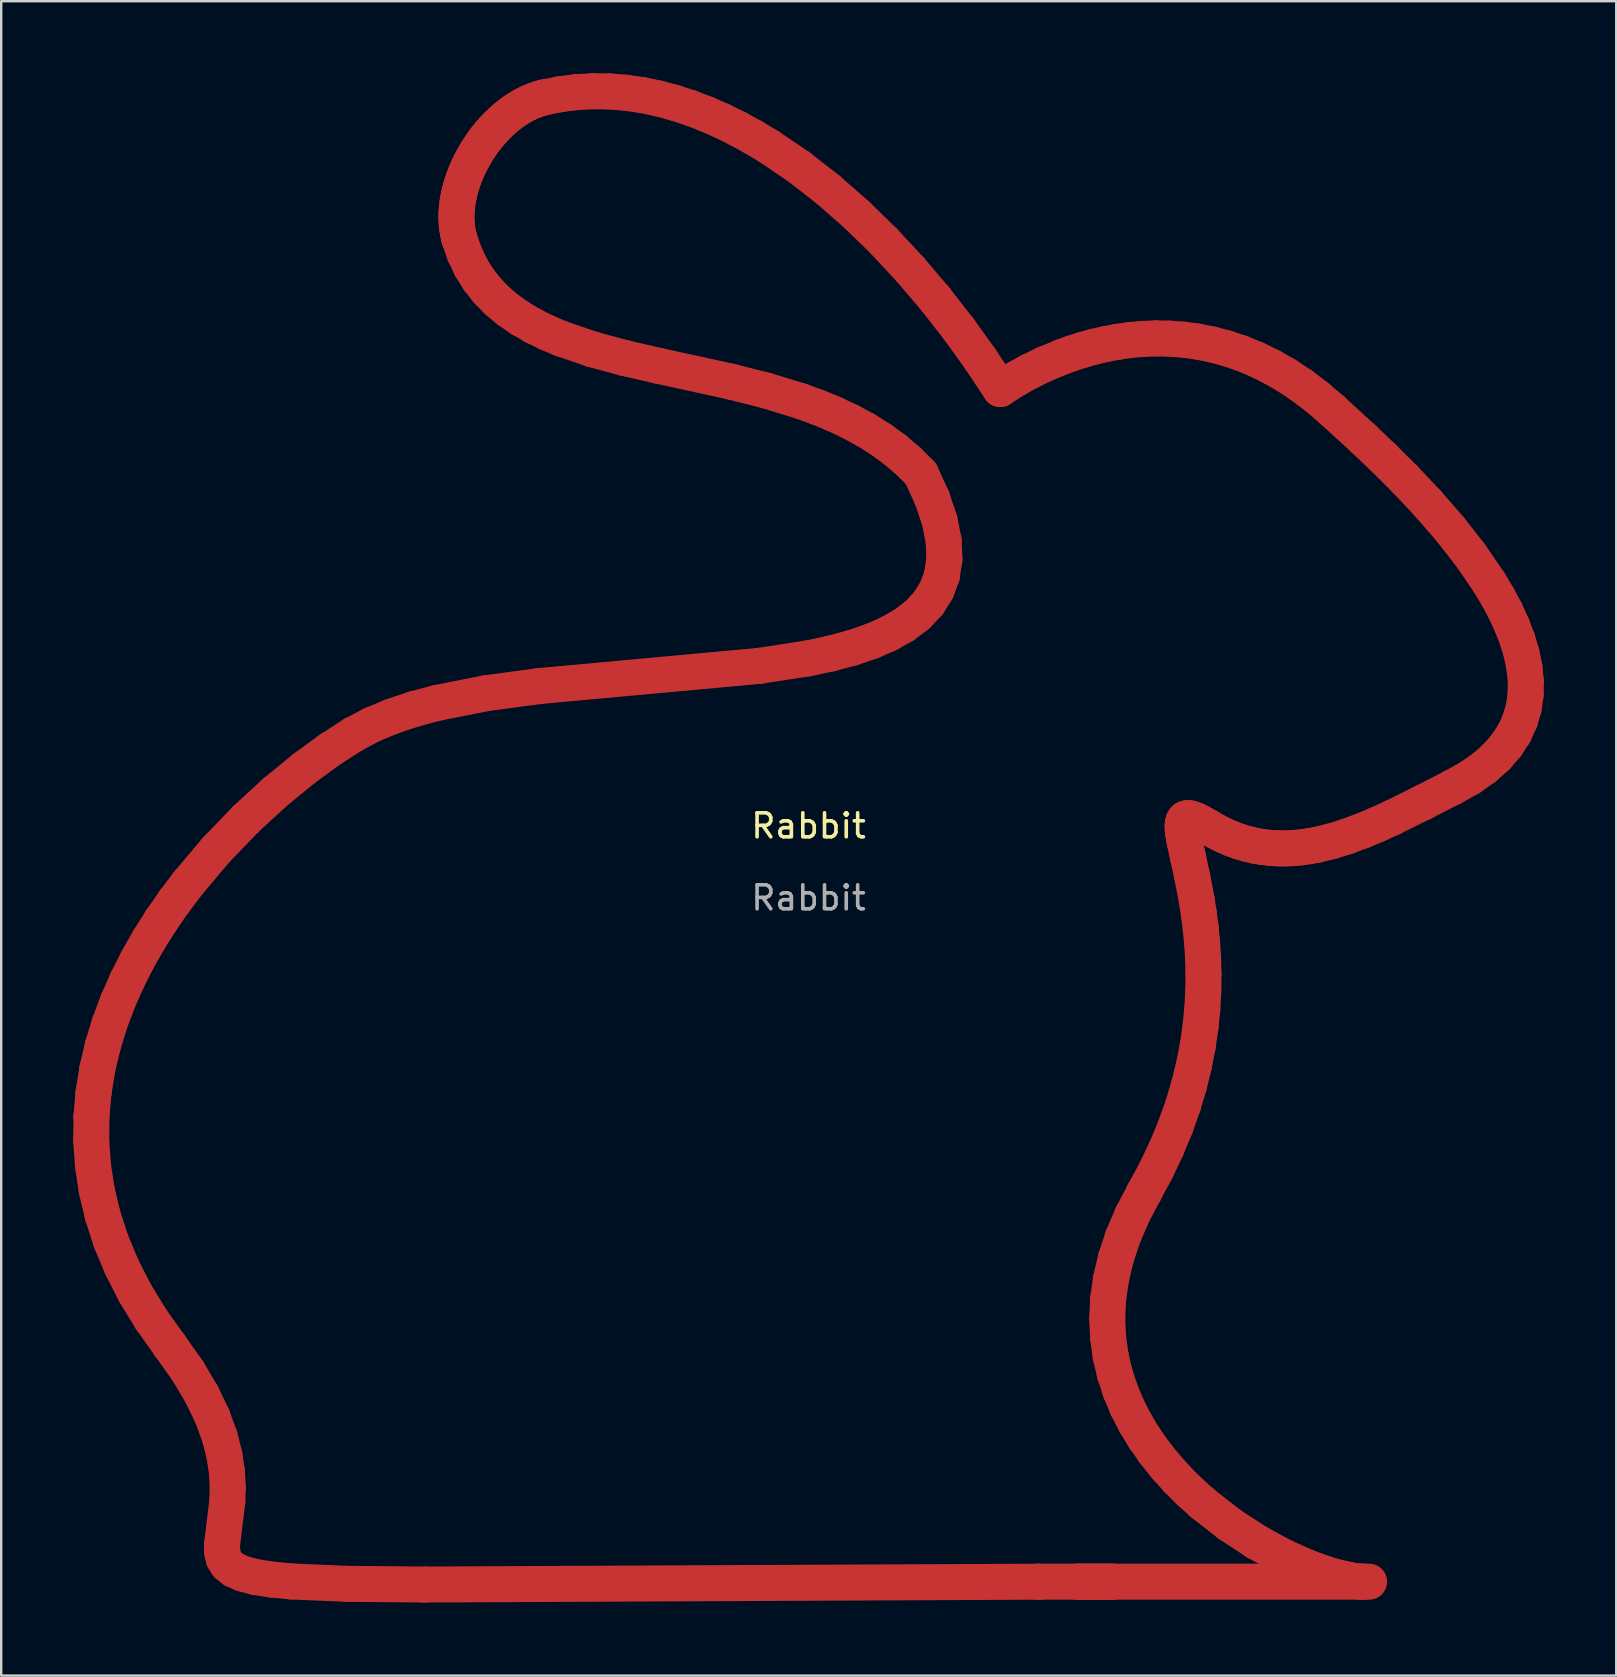
<source format=kicad_pcb>
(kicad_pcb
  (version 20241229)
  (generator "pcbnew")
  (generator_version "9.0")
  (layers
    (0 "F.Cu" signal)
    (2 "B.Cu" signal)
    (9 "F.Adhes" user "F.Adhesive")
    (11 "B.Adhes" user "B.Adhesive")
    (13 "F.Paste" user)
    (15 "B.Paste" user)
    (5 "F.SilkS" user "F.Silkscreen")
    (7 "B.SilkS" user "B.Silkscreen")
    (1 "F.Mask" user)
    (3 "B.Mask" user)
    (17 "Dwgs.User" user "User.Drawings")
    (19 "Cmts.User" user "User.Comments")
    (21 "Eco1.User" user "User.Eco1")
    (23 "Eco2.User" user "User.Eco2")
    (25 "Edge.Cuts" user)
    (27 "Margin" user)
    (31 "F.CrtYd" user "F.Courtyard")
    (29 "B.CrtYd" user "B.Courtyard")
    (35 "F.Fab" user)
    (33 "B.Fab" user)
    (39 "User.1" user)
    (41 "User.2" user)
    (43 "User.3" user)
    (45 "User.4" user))
  (footprint "Rabbit"
    (layer "F.Cu")
    (at 30.631 31.854)
    (property "Reference" "Rabbit" (at 0 -0.5 0) (unlocked yes) (layer "F.SilkS") (effects (font (size 1 1) (thickness 0.15))))
    (attr smd)
    (fp_line (start -29.881 12.608) (end -29.81 13.634) (stroke (width 1.5) (type solid)) (layer "F.Cu"))
    (fp_line (start -29.871 11.597) (end -29.881 12.608) (stroke (width 1.5) (type solid)) (layer "F.Cu"))
    (fp_line (start -29.81 13.634) (end -29.653 14.674) (stroke (width 1.5) (type solid)) (layer "F.Cu"))
    (fp_line (start -29.784 10.604) (end -29.871 11.597) (stroke (width 1.5) (type solid)) (layer "F.Cu"))
    (fp_line (start -29.653 14.674) (end -29.404 15.728) (stroke (width 1.5) (type solid)) (layer "F.Cu"))
    (fp_line (start -29.626 9.629) (end -29.784 10.604) (stroke (width 1.5) (type solid)) (layer "F.Cu"))
    (fp_line (start -29.404 15.728) (end -29.059 16.794) (stroke (width 1.5) (type solid)) (layer "F.Cu"))
    (fp_line (start -29.403 8.673) (end -29.626 9.629) (stroke (width 1.5) (type solid)) (layer "F.Cu"))
    (fp_line (start -29.118 7.739) (end -29.403 8.673) (stroke (width 1.5) (type solid)) (layer "F.Cu"))
    (fp_line (start -29.059 16.794) (end -28.611 17.87) (stroke (width 1.5) (type solid)) (layer "F.Cu"))
    (fp_line (start -28.778 6.827) (end -29.118 7.739) (stroke (width 1.5) (type solid)) (layer "F.Cu"))
    (fp_line (start -28.611 17.87) (end -28.057 18.956) (stroke (width 1.5) (type solid)) (layer "F.Cu"))
    (fp_line (start -28.387 5.938) (end -28.778 6.827) (stroke (width 1.5) (type solid)) (layer "F.Cu"))
    (fp_line (start -28.057 18.956) (end -27.391 20.049) (stroke (width 1.5) (type solid)) (layer "F.Cu"))
    (fp_line (start -27.951 5.074) (end -28.387 5.938) (stroke (width 1.5) (type solid)) (layer "F.Cu"))
    (fp_line (start -27.474 4.237) (end -27.951 5.074) (stroke (width 1.5) (type solid)) (layer "F.Cu"))
    (fp_line (start -27.391 20.049) (end -26.608 21.149) (stroke (width 1.5) (type solid)) (layer "F.Cu"))
    (fp_line (start -26.962 3.426) (end -27.474 4.237) (stroke (width 1.5) (type solid)) (layer "F.Cu"))
    (fp_line (start -26.608 21.149) (end -26.608 21.149) (stroke (width 1.5) (type solid)) (layer "F.Cu"))
    (fp_line (start -26.608 21.149) (end -25.855 22.213) (stroke (width 1.5) (type solid)) (layer "F.Cu"))
    (fp_line (start -26.42 2.645) (end -26.962 3.426) (stroke (width 1.5) (type solid)) (layer "F.Cu"))
    (fp_line (start -25.855 22.213) (end -25.27 23.199) (stroke (width 1.5) (type solid)) (layer "F.Cu"))
    (fp_line (start -25.852 1.893) (end -26.42 2.645) (stroke (width 1.5) (type solid)) (layer "F.Cu"))
    (fp_line (start -25.27 23.199) (end -24.834 24.11) (stroke (width 1.5) (type solid)) (layer "F.Cu"))
    (fp_line (start -24.834 24.11) (end -24.527 24.95) (stroke (width 1.5) (type solid)) (layer "F.Cu"))
    (fp_line (start -24.663 0.486) (end -25.852 1.893) (stroke (width 1.5) (type solid)) (layer "F.Cu"))
    (fp_line (start -24.527 24.95) (end -24.331 25.721) (stroke (width 1.5) (type solid)) (layer "F.Cu"))
    (fp_line (start -24.431 29.432) (end -24.425 29.756) (stroke (width 1.5) (type solid)) (layer "F.Cu"))
    (fp_line (start -24.425 29.756) (end -24.356 30.037) (stroke (width 1.5) (type solid)) (layer "F.Cu"))
    (fp_line (start -24.356 30.037) (end -24.205 30.277) (stroke (width 1.5) (type solid)) (layer "F.Cu"))
    (fp_line (start -24.331 25.721) (end -24.226 26.426) (stroke (width 1.5) (type solid)) (layer "F.Cu"))
    (fp_line (start -24.226 26.426) (end -24.193 27.068) (stroke (width 1.5) (type solid)) (layer "F.Cu"))
    (fp_line (start -24.212 27.65) (end -24.431 29.432) (stroke (width 1.5) (type solid)) (layer "F.Cu"))
    (fp_line (start -24.205 30.277) (end -23.952 30.48) (stroke (width 1.5) (type solid)) (layer "F.Cu"))
    (fp_line (start -24.193 27.068) (end -24.212 27.65) (stroke (width 1.5) (type solid)) (layer "F.Cu"))
    (fp_line (start -23.952 30.48) (end -23.579 30.649) (stroke (width 1.5) (type solid)) (layer "F.Cu"))
    (fp_line (start -23.579 30.649) (end -23.066 30.786) (stroke (width 1.5) (type solid)) (layer "F.Cu"))
    (fp_line (start -23.435 -0.787) (end -24.663 0.486) (stroke (width 1.5) (type solid)) (layer "F.Cu"))
    (fp_line (start -23.066 30.786) (end -22.394 30.894) (stroke (width 1.5) (type solid)) (layer "F.Cu"))
    (fp_line (start -22.394 30.894) (end -21.544 30.976) (stroke (width 1.5) (type solid)) (layer "F.Cu"))
    (fp_line (start -22.209 -1.913) (end -23.435 -0.787) (stroke (width 1.5) (type solid)) (layer "F.Cu"))
    (fp_line (start -21.544 30.976) (end -19.232 31.075) (stroke (width 1.5) (type solid)) (layer "F.Cu"))
    (fp_line (start -21.025 -2.883) (end -22.209 -1.913) (stroke (width 1.5) (type solid)) (layer "F.Cu"))
    (fp_line (start -19.926 -3.686) (end -21.025 -2.883) (stroke (width 1.5) (type solid)) (layer "F.Cu"))
    (fp_line (start -19.232 31.075) (end -15.975 31.104) (stroke (width 1.5) (type solid)) (layer "F.Cu"))
    (fp_line (start -18.951 -4.312) (end -19.926 -3.686) (stroke (width 1.5) (type solid)) (layer "F.Cu"))
    (fp_line (start -18.951 -4.312) (end -18.951 -4.312) (stroke (width 1.5) (type solid)) (layer "F.Cu"))
    (fp_line (start -18.191 -4.712) (end -18.951 -4.312) (stroke (width 1.5) (type solid)) (layer "F.Cu"))
    (fp_line (start -17.355 -5.06) (end -18.191 -4.712) (stroke (width 1.5) (type solid)) (layer "F.Cu"))
    (fp_line (start -16.453 -5.361) (end -17.355 -5.06) (stroke (width 1.5) (type solid)) (layer "F.Cu"))
    (fp_line (start -15.975 31.104) (end 9.57 30.986) (stroke (width 1.5) (type solid)) (layer "F.Cu"))
    (fp_line (start -15.49 -5.62) (end -16.453 -5.361) (stroke (width 1.5) (type solid)) (layer "F.Cu"))
    (fp_line (start -14.667 -25.828) (end -14.658 -25.606) (stroke (width 1.5) (type solid)) (layer "F.Cu"))
    (fp_line (start -14.662 -26.052) (end -14.667 -25.828) (stroke (width 1.5) (type solid)) (layer "F.Cu"))
    (fp_line (start -14.658 -25.606) (end -14.635 -25.388) (stroke (width 1.5) (type solid)) (layer "F.Cu"))
    (fp_line (start -14.645 -26.279) (end -14.662 -26.052) (stroke (width 1.5) (type solid)) (layer "F.Cu"))
    (fp_line (start -14.635 -25.388) (end -14.598 -25.175) (stroke (width 1.5) (type solid)) (layer "F.Cu"))
    (fp_line (start -14.615 -26.507) (end -14.645 -26.279) (stroke (width 1.5) (type solid)) (layer "F.Cu"))
    (fp_line (start -14.598 -25.175) (end -14.547 -24.966) (stroke (width 1.5) (type solid)) (layer "F.Cu"))
    (fp_line (start -14.573 -26.737) (end -14.615 -26.507) (stroke (width 1.5) (type solid)) (layer "F.Cu"))
    (fp_line (start -14.547 -24.966) (end -14.547 -24.966) (stroke (width 1.5) (type solid)) (layer "F.Cu"))
    (fp_line (start -14.547 -24.966) (end -14.332 -24.343) (stroke (width 1.5) (type solid)) (layer "F.Cu"))
    (fp_line (start -14.52 -26.967) (end -14.573 -26.737) (stroke (width 1.5) (type solid)) (layer "F.Cu"))
    (fp_line (start -14.455 -27.196) (end -14.52 -26.967) (stroke (width 1.5) (type solid)) (layer "F.Cu"))
    (fp_line (start -14.38 -27.425) (end -14.455 -27.196) (stroke (width 1.5) (type solid)) (layer "F.Cu"))
    (fp_line (start -14.332 -24.343) (end -14.062 -23.774) (stroke (width 1.5) (type solid)) (layer "F.Cu"))
    (fp_line (start -14.294 -27.652) (end -14.38 -27.425) (stroke (width 1.5) (type solid)) (layer "F.Cu"))
    (fp_line (start -14.198 -27.877) (end -14.294 -27.652) (stroke (width 1.5) (type solid)) (layer "F.Cu"))
    (fp_line (start -14.093 -28.098) (end -14.198 -27.877) (stroke (width 1.5) (type solid)) (layer "F.Cu"))
    (fp_line (start -14.062 -23.774) (end -13.741 -23.257) (stroke (width 1.5) (type solid)) (layer "F.Cu"))
    (fp_line (start -13.978 -28.316) (end -14.093 -28.098) (stroke (width 1.5) (type solid)) (layer "F.Cu"))
    (fp_line (start -13.855 -28.53) (end -13.978 -28.316) (stroke (width 1.5) (type solid)) (layer "F.Cu"))
    (fp_line (start -13.741 -23.257) (end -13.371 -22.789) (stroke (width 1.5) (type solid)) (layer "F.Cu"))
    (fp_line (start -13.723 -28.739) (end -13.855 -28.53) (stroke (width 1.5) (type solid)) (layer "F.Cu"))
    (fp_line (start -13.584 -28.943) (end -13.723 -28.739) (stroke (width 1.5) (type solid)) (layer "F.Cu"))
    (fp_line (start -13.437 -29.14) (end -13.584 -28.943) (stroke (width 1.5) (type solid)) (layer "F.Cu"))
    (fp_line (start -13.416 -6.029) (end -15.49 -5.62) (stroke (width 1.5) (type solid)) (layer "F.Cu"))
    (fp_line (start -13.371 -22.789) (end -12.955 -22.364) (stroke (width 1.5) (type solid)) (layer "F.Cu"))
    (fp_line (start -13.283 -29.331) (end -13.437 -29.14) (stroke (width 1.5) (type solid)) (layer "F.Cu"))
    (fp_line (start -13.122 -29.514) (end -13.283 -29.331) (stroke (width 1.5) (type solid)) (layer "F.Cu"))
    (fp_line (start -12.955 -29.688) (end -13.122 -29.514) (stroke (width 1.5) (type solid)) (layer "F.Cu"))
    (fp_line (start -12.955 -22.364) (end -12.496 -21.981) (stroke (width 1.5) (type solid)) (layer "F.Cu"))
    (fp_line (start -12.782 -29.854) (end -12.955 -29.688) (stroke (width 1.5) (type solid)) (layer "F.Cu"))
    (fp_line (start -12.604 -30.011) (end -12.782 -29.854) (stroke (width 1.5) (type solid)) (layer "F.Cu"))
    (fp_line (start -12.496 -21.981) (end -11.997 -21.636) (stroke (width 1.5) (type solid)) (layer "F.Cu"))
    (fp_line (start -12.421 -30.157) (end -12.604 -30.011) (stroke (width 1.5) (type solid)) (layer "F.Cu"))
    (fp_line (start -12.234 -30.292) (end -12.421 -30.157) (stroke (width 1.5) (type solid)) (layer "F.Cu"))
    (fp_line (start -12.042 -30.416) (end -12.234 -30.292) (stroke (width 1.5) (type solid)) (layer "F.Cu"))
    (fp_line (start -11.997 -21.636) (end -11.461 -21.325) (stroke (width 1.5) (type solid)) (layer "F.Cu"))
    (fp_line (start -11.847 -30.528) (end -12.042 -30.416) (stroke (width 1.5) (type solid)) (layer "F.Cu"))
    (fp_line (start -11.648 -30.627) (end -11.847 -30.528) (stroke (width 1.5) (type solid)) (layer "F.Cu"))
    (fp_line (start -11.461 -21.325) (end -10.892 -21.045) (stroke (width 1.5) (type solid)) (layer "F.Cu"))
    (fp_line (start -11.446 -30.713) (end -11.648 -30.627) (stroke (width 1.5) (type solid)) (layer "F.Cu"))
    (fp_line (start -11.242 -30.785) (end -11.446 -30.713) (stroke (width 1.5) (type solid)) (layer "F.Cu"))
    (fp_line (start -11.195 -6.326) (end -13.416 -6.029) (stroke (width 1.5) (type solid)) (layer "F.Cu"))
    (fp_line (start -11.036 -30.842) (end -11.242 -30.785) (stroke (width 1.5) (type solid)) (layer "F.Cu"))
    (fp_line (start -11.036 -30.842) (end -11.036 -30.842) (stroke (width 1.5) (type solid)) (layer "F.Cu"))
    (fp_line (start -10.892 -21.045) (end -10.291 -20.792) (stroke (width 1.5) (type solid)) (layer "F.Cu"))
    (fp_line (start -10.351 -30.979) (end -11.036 -30.842) (stroke (width 1.5) (type solid)) (layer "F.Cu"))
    (fp_line (start -10.291 -20.792) (end -9.01 -20.354) (stroke (width 1.5) (type solid)) (layer "F.Cu"))
    (fp_line (start -9.666 -31.066) (end -10.351 -30.979) (stroke (width 1.5) (type solid)) (layer "F.Cu"))
    (fp_line (start -9.01 -20.354) (end -7.641 -19.985) (stroke (width 1.5) (type solid)) (layer "F.Cu"))
    (fp_line (start -8.981 -31.104) (end -9.666 -31.066) (stroke (width 1.5) (type solid)) (layer "F.Cu"))
    (fp_line (start -8.297 -31.095) (end -8.981 -31.104) (stroke (width 1.5) (type solid)) (layer "F.Cu"))
    (fp_line (start -7.641 -19.985) (end -6.208 -19.656) (stroke (width 1.5) (type solid)) (layer "F.Cu"))
    (fp_line (start -7.614 -31.041) (end -8.297 -31.095) (stroke (width 1.5) (type solid)) (layer "F.Cu"))
    (fp_line (start -6.934 -30.943) (end -7.614 -31.041) (stroke (width 1.5) (type solid)) (layer "F.Cu"))
    (fp_line (start -6.257 -30.803) (end -6.934 -30.943) (stroke (width 1.5) (type solid)) (layer "F.Cu"))
    (fp_line (start -6.208 -19.656) (end -3.246 -19.009) (stroke (width 1.5) (type solid)) (layer "F.Cu"))
    (fp_line (start -5.583 -30.623) (end -6.257 -30.803) (stroke (width 1.5) (type solid)) (layer "F.Cu"))
    (fp_line (start -4.913 -30.405) (end -5.583 -30.623) (stroke (width 1.5) (type solid)) (layer "F.Cu"))
    (fp_line (start -4.248 -30.15) (end -4.913 -30.405) (stroke (width 1.5) (type solid)) (layer "F.Cu"))
    (fp_line (start -3.588 -29.86) (end -4.248 -30.15) (stroke (width 1.5) (type solid)) (layer "F.Cu"))
    (fp_line (start -3.246 -19.009) (end -1.765 -18.635) (stroke (width 1.5) (type solid)) (layer "F.Cu"))
    (fp_line (start -2.934 -29.536) (end -3.588 -29.86) (stroke (width 1.5) (type solid)) (layer "F.Cu"))
    (fp_line (start -2.287 -29.181) (end -2.934 -29.536) (stroke (width 1.5) (type solid)) (layer "F.Cu"))
    (fp_line (start -2.061 -7.164) (end -11.195 -6.326) (stroke (width 1.5) (type solid)) (layer "F.Cu"))
    (fp_line (start -1.765 -18.635) (end -0.316 -18.192) (stroke (width 1.5) (type solid)) (layer "F.Cu"))
    (fp_line (start -1.646 -28.796) (end -2.287 -29.181) (stroke (width 1.5) (type solid)) (layer "F.Cu"))
    (fp_line (start -0.389 -27.943) (end -1.646 -28.796) (stroke (width 1.5) (type solid)) (layer "F.Cu"))
    (fp_line (start -0.316 -18.192) (end 0.389 -17.936) (stroke (width 1.5) (type solid)) (layer "F.Cu"))
    (fp_line (start -0.021 -7.478) (end -2.061 -7.164) (stroke (width 1.5) (type solid)) (layer "F.Cu"))
    (fp_line (start 0.389 -17.936) (end 1.077 -17.652) (stroke (width 1.5) (type solid)) (layer "F.Cu"))
    (fp_line (start 0.833 -26.99) (end -0.389 -27.943) (stroke (width 1.5) (type solid)) (layer "F.Cu"))
    (fp_line (start 0.92 -7.678) (end -0.021 -7.478) (stroke (width 1.5) (type solid)) (layer "F.Cu"))
    (fp_line (start 1.077 -17.652) (end 1.745 -17.336) (stroke (width 1.5) (type solid)) (layer "F.Cu"))
    (fp_line (start 1.745 -17.336) (end 2.39 -16.986) (stroke (width 1.5) (type solid)) (layer "F.Cu"))
    (fp_line (start 1.799 -7.912) (end 0.92 -7.678) (stroke (width 1.5) (type solid)) (layer "F.Cu"))
    (fp_line (start 2.015 -25.953) (end 0.833 -26.99) (stroke (width 1.5) (type solid)) (layer "F.Cu"))
    (fp_line (start 2.39 -16.986) (end 3.009 -16.598) (stroke (width 1.5) (type solid)) (layer "F.Cu"))
    (fp_line (start 2.608 -8.185) (end 1.799 -7.912) (stroke (width 1.5) (type solid)) (layer "F.Cu"))
    (fp_line (start 3.009 -16.598) (end 3.6 -16.168) (stroke (width 1.5) (type solid)) (layer "F.Cu"))
    (fp_line (start 3.152 -24.843) (end 2.015 -25.953) (stroke (width 1.5) (type solid)) (layer "F.Cu"))
    (fp_line (start 3.338 -8.503) (end 2.608 -8.185) (stroke (width 1.5) (type solid)) (layer "F.Cu"))
    (fp_line (start 3.6 -16.168) (end 4.158 -15.693) (stroke (width 1.5) (type solid)) (layer "F.Cu"))
    (fp_line (start 3.984 -8.869) (end 3.338 -8.503) (stroke (width 1.5) (type solid)) (layer "F.Cu"))
    (fp_line (start 4.158 -15.693) (end 4.682 -15.169) (stroke (width 1.5) (type solid)) (layer "F.Cu"))
    (fp_line (start 4.238 -23.675) (end 3.152 -24.843) (stroke (width 1.5) (type solid)) (layer "F.Cu"))
    (fp_line (start 4.536 -9.29) (end 3.984 -8.869) (stroke (width 1.5) (type solid)) (layer "F.Cu"))
    (fp_line (start 4.682 -15.169) (end 5.15 -14.145) (stroke (width 1.5) (type solid)) (layer "F.Cu"))
    (fp_line (start 4.987 -9.769) (end 4.536 -9.29) (stroke (width 1.5) (type solid)) (layer "F.Cu"))
    (fp_line (start 5.15 -14.145) (end 5.464 -13.213) (stroke (width 1.5) (type solid)) (layer "F.Cu"))
    (fp_line (start 5.27 -22.463) (end 4.238 -23.675) (stroke (width 1.5) (type solid)) (layer "F.Cu"))
    (fp_line (start 5.33 -10.312) (end 4.987 -9.769) (stroke (width 1.5) (type solid)) (layer "F.Cu"))
    (fp_line (start 5.464 -13.213) (end 5.631 -12.368) (stroke (width 1.5) (type solid)) (layer "F.Cu"))
    (fp_line (start 5.557 -10.922) (end 5.33 -10.312) (stroke (width 1.5) (type solid)) (layer "F.Cu"))
    (fp_line (start 5.631 -12.368) (end 5.66 -11.606) (stroke (width 1.5) (type solid)) (layer "F.Cu"))
    (fp_line (start 5.66 -11.606) (end 5.557 -10.922) (stroke (width 1.5) (type solid)) (layer "F.Cu"))
    (fp_line (start 6.242 -21.22) (end 5.27 -22.463) (stroke (width 1.5) (type solid)) (layer "F.Cu"))
    (fp_line (start 7.149 -19.96) (end 6.242 -21.22) (stroke (width 1.5) (type solid)) (layer "F.Cu"))
    (fp_line (start 7.988 -18.697) (end 7.149 -19.96) (stroke (width 1.5) (type solid)) (layer "F.Cu"))
    (fp_line (start 7.988 -18.697) (end 8.305 -18.912) (stroke (width 1.5) (type solid)) (layer "F.Cu"))
    (fp_line (start 8.305 -18.912) (end 8.685 -19.145) (stroke (width 1.5) (type solid)) (layer "F.Cu"))
    (fp_line (start 8.685 -19.145) (end 9.198 -19.427) (stroke (width 1.5) (type solid)) (layer "F.Cu"))
    (fp_line (start 9.198 -19.427) (end 9.834 -19.736) (stroke (width 1.5) (type solid)) (layer "F.Cu"))
    (fp_line (start 9.57 30.986) (end 9.57 30.986) (stroke (width 1.5) (type solid)) (layer "F.Cu"))
    (fp_line (start 9.57 30.986) (end 23.141 30.986) (stroke (width 1.5) (type solid)) (layer "F.Cu"))
    (fp_line (start 9.834 -19.736) (end 10.582 -20.045) (stroke (width 1.5) (type solid)) (layer "F.Cu"))
    (fp_line (start 10.582 -20.045) (end 10.994 -20.193) (stroke (width 1.5) (type solid)) (layer "F.Cu"))
    (fp_line (start 10.994 -20.193) (end 11.43 -20.332) (stroke (width 1.5) (type solid)) (layer "F.Cu"))
    (fp_line (start 11.43 -20.332) (end 11.889 -20.459) (stroke (width 1.5) (type solid)) (layer "F.Cu"))
    (fp_line (start 11.889 -20.459) (end 12.369 -20.57) (stroke (width 1.5) (type solid)) (layer "F.Cu"))
    (fp_line (start 12.369 -20.57) (end 12.868 -20.664) (stroke (width 1.5) (type solid)) (layer "F.Cu"))
    (fp_line (start 12.444 20.02) (end 12.479 20.81) (stroke (width 1.5) (type solid)) (layer "F.Cu"))
    (fp_line (start 12.479 20.81) (end 12.585 21.574) (stroke (width 1.5) (type solid)) (layer "F.Cu"))
    (fp_line (start 12.483 19.206) (end 12.444 20.02) (stroke (width 1.5) (type solid)) (layer "F.Cu"))
    (fp_line (start 12.585 21.574) (end 12.756 22.313) (stroke (width 1.5) (type solid)) (layer "F.Cu"))
    (fp_line (start 12.602 18.368) (end 12.483 19.206) (stroke (width 1.5) (type solid)) (layer "F.Cu"))
    (fp_line (start 12.756 22.313) (end 12.987 23.025) (stroke (width 1.5) (type solid)) (layer "F.Cu"))
    (fp_line (start 12.805 17.506) (end 12.602 18.368) (stroke (width 1.5) (type solid)) (layer "F.Cu"))
    (fp_line (start 12.868 -20.664) (end 13.387 -20.737) (stroke (width 1.5) (type solid)) (layer "F.Cu"))
    (fp_line (start 12.987 23.025) (end 13.273 23.711) (stroke (width 1.5) (type solid)) (layer "F.Cu"))
    (fp_line (start 13.098 16.621) (end 12.805 17.506) (stroke (width 1.5) (type solid)) (layer "F.Cu"))
    (fp_line (start 13.273 23.711) (end 13.609 24.369) (stroke (width 1.5) (type solid)) (layer "F.Cu"))
    (fp_line (start 13.387 -20.737) (end 13.922 -20.785) (stroke (width 1.5) (type solid)) (layer "F.Cu"))
    (fp_line (start 13.486 15.713) (end 13.098 16.621) (stroke (width 1.5) (type solid)) (layer "F.Cu"))
    (fp_line (start 13.609 24.369) (end 13.991 25) (stroke (width 1.5) (type solid)) (layer "F.Cu"))
    (fp_line (start 13.922 -20.785) (end 14.473 -20.806) (stroke (width 1.5) (type solid)) (layer "F.Cu"))
    (fp_line (start 13.973 14.784) (end 13.486 15.713) (stroke (width 1.5) (type solid)) (layer "F.Cu"))
    (fp_line (start 13.973 14.784) (end 13.973 14.784) (stroke (width 1.5) (type solid)) (layer "F.Cu"))
    (fp_line (start 13.991 25) (end 14.414 25.602) (stroke (width 1.5) (type solid)) (layer "F.Cu"))
    (fp_line (start 14.414 25.602) (end 14.872 26.175) (stroke (width 1.5) (type solid)) (layer "F.Cu"))
    (fp_line (start 14.473 -20.806) (end 15.038 -20.797) (stroke (width 1.5) (type solid)) (layer "F.Cu"))
    (fp_line (start 14.476 13.852) (end 13.973 14.784) (stroke (width 1.5) (type solid)) (layer "F.Cu"))
    (fp_line (start 14.872 26.175) (end 15.361 26.719) (stroke (width 1.5) (type solid)) (layer "F.Cu"))
    (fp_line (start 14.911 12.937) (end 14.476 13.852) (stroke (width 1.5) (type solid)) (layer "F.Cu"))
    (fp_line (start 15.038 -20.797) (end 15.617 -20.754) (stroke (width 1.5) (type solid)) (layer "F.Cu"))
    (fp_line (start 15.283 12.04) (end 14.911 12.937) (stroke (width 1.5) (type solid)) (layer "F.Cu"))
    (fp_line (start 15.361 26.719) (end 15.875 27.233) (stroke (width 1.5) (type solid)) (layer "F.Cu"))
    (fp_line (start 15.588 -0.379) (end 15.614 -0.151) (stroke (width 1.5) (type solid)) (layer "F.Cu"))
    (fp_line (start 15.588 -0.56) (end 15.588 -0.379) (stroke (width 1.5) (type solid)) (layer "F.Cu"))
    (fp_line (start 15.595 11.162) (end 15.283 12.04) (stroke (width 1.5) (type solid)) (layer "F.Cu"))
    (fp_line (start 15.614 -0.151) (end 15.661 0.12) (stroke (width 1.5) (type solid)) (layer "F.Cu"))
    (fp_line (start 15.617 -20.754) (end 16.207 -20.675) (stroke (width 1.5) (type solid)) (layer "F.Cu"))
    (fp_line (start 15.618 -0.695) (end 15.588 -0.56) (stroke (width 1.5) (type solid)) (layer "F.Cu"))
    (fp_line (start 15.661 0.12) (end 15.805 0.79) (stroke (width 1.5) (type solid)) (layer "F.Cu"))
    (fp_line (start 15.682 -0.782) (end 15.618 -0.695) (stroke (width 1.5) (type solid)) (layer "F.Cu"))
    (fp_line (start 15.728 -0.807) (end 15.682 -0.782) (stroke (width 1.5) (type solid)) (layer "F.Cu"))
    (fp_line (start 15.784 -0.82) (end 15.728 -0.807) (stroke (width 1.5) (type solid)) (layer "F.Cu"))
    (fp_line (start 15.805 0.79) (end 15.987 1.623) (stroke (width 1.5) (type solid)) (layer "F.Cu"))
    (fp_line (start 15.852 10.306) (end 15.595 11.162) (stroke (width 1.5) (type solid)) (layer "F.Cu"))
    (fp_line (start 15.875 27.233) (end 16.411 27.716) (stroke (width 1.5) (type solid)) (layer "F.Cu"))
    (fp_line (start 15.928 -0.807) (end 15.784 -0.82) (stroke (width 1.5) (type solid)) (layer "F.Cu"))
    (fp_line (start 15.987 1.623) (end 16.174 2.608) (stroke (width 1.5) (type solid)) (layer "F.Cu"))
    (fp_line (start 16.057 9.471) (end 15.852 10.306) (stroke (width 1.5) (type solid)) (layer "F.Cu"))
    (fp_line (start 16.118 -0.743) (end 15.928 -0.807) (stroke (width 1.5) (type solid)) (layer "F.Cu"))
    (fp_line (start 16.174 2.608) (end 16.26 3.155) (stroke (width 1.5) (type solid)) (layer "F.Cu"))
    (fp_line (start 16.207 -20.675) (end 16.807 -20.556) (stroke (width 1.5) (type solid)) (layer "F.Cu"))
    (fp_line (start 16.215 8.66) (end 16.057 9.471) (stroke (width 1.5) (type solid)) (layer "F.Cu"))
    (fp_line (start 16.26 3.155) (end 16.335 3.736) (stroke (width 1.5) (type solid)) (layer "F.Cu"))
    (fp_line (start 16.33 7.873) (end 16.215 8.66) (stroke (width 1.5) (type solid)) (layer "F.Cu"))
    (fp_line (start 16.335 3.736) (end 16.395 4.35) (stroke (width 1.5) (type solid)) (layer "F.Cu"))
    (fp_line (start 16.358 -0.625) (end 16.118 -0.743) (stroke (width 1.5) (type solid)) (layer "F.Cu"))
    (fp_line (start 16.395 4.35) (end 16.436 4.995) (stroke (width 1.5) (type solid)) (layer "F.Cu"))
    (fp_line (start 16.405 7.112) (end 16.33 7.873) (stroke (width 1.5) (type solid)) (layer "F.Cu"))
    (fp_line (start 16.411 27.716) (end 17.525 28.589) (stroke (width 1.5) (type solid)) (layer "F.Cu"))
    (fp_line (start 16.436 4.995) (end 16.454 5.672) (stroke (width 1.5) (type solid)) (layer "F.Cu"))
    (fp_line (start 16.445 6.378) (end 16.405 7.112) (stroke (width 1.5) (type solid)) (layer "F.Cu"))
    (fp_line (start 16.454 5.672) (end 16.445 6.378) (stroke (width 1.5) (type solid)) (layer "F.Cu"))
    (fp_line (start 16.653 -0.454) (end 16.358 -0.625) (stroke (width 1.5) (type solid)) (layer "F.Cu"))
    (fp_line (start 16.653 -0.454) (end 16.653 -0.454) (stroke (width 1.5) (type solid)) (layer "F.Cu"))
    (fp_line (start 16.807 -20.556) (end 17.417 -20.395) (stroke (width 1.5) (type solid)) (layer "F.Cu"))
    (fp_line (start 16.976 -0.267) (end 16.653 -0.454) (stroke (width 1.5) (type solid)) (layer "F.Cu"))
    (fp_line (start 17.298 -0.105) (end 16.976 -0.267) (stroke (width 1.5) (type solid)) (layer "F.Cu"))
    (fp_line (start 17.417 -20.395) (end 18.034 -20.188) (stroke (width 1.5) (type solid)) (layer "F.Cu"))
    (fp_line (start 17.525 28.589) (end 18.663 29.334) (stroke (width 1.5) (type solid)) (layer "F.Cu"))
    (fp_line (start 17.621 0.035) (end 17.298 -0.105) (stroke (width 1.5) (type solid)) (layer "F.Cu"))
    (fp_line (start 17.943 0.153) (end 17.621 0.035) (stroke (width 1.5) (type solid)) (layer "F.Cu"))
    (fp_line (start 18.034 -20.188) (end 18.657 -19.932) (stroke (width 1.5) (type solid)) (layer "F.Cu"))
    (fp_line (start 18.265 0.249) (end 17.943 0.153) (stroke (width 1.5) (type solid)) (layer "F.Cu"))
    (fp_line (start 18.587 0.324) (end 18.265 0.249) (stroke (width 1.5) (type solid)) (layer "F.Cu"))
    (fp_line (start 18.657 -19.932) (end 19.285 -19.624) (stroke (width 1.5) (type solid)) (layer "F.Cu"))
    (fp_line (start 18.663 29.334) (end 19.787 29.947) (stroke (width 1.5) (type solid)) (layer "F.Cu"))
    (fp_line (start 18.909 0.38) (end 18.587 0.324) (stroke (width 1.5) (type solid)) (layer "F.Cu"))
    (fp_line (start 19.23 0.417) (end 18.909 0.38) (stroke (width 1.5) (type solid)) (layer "F.Cu"))
    (fp_line (start 19.285 -19.624) (end 19.917 -19.262) (stroke (width 1.5) (type solid)) (layer "F.Cu"))
    (fp_line (start 19.552 0.436) (end 19.23 0.417) (stroke (width 1.5) (type solid)) (layer "F.Cu"))
    (fp_line (start 19.787 29.947) (end 20.857 30.422) (stroke (width 1.5) (type solid)) (layer "F.Cu"))
    (fp_line (start 19.872 0.438) (end 19.552 0.436) (stroke (width 1.5) (type solid)) (layer "F.Cu"))
    (fp_line (start 19.917 -19.262) (end 20.551 -18.841) (stroke (width 1.5) (type solid)) (layer "F.Cu"))
    (fp_line (start 20.193 0.424) (end 19.872 0.438) (stroke (width 1.5) (type solid)) (layer "F.Cu"))
    (fp_line (start 20.513 0.395) (end 20.193 0.424) (stroke (width 1.5) (type solid)) (layer "F.Cu"))
    (fp_line (start 20.551 -18.841) (end 21.187 -18.359) (stroke (width 1.5) (type solid)) (layer "F.Cu"))
    (fp_line (start 20.833 0.351) (end 20.513 0.395) (stroke (width 1.5) (type solid)) (layer "F.Cu"))
    (fp_line (start 20.857 30.422) (end 21.835 30.757) (stroke (width 1.5) (type solid)) (layer "F.Cu"))
    (fp_line (start 21.153 0.293) (end 20.833 0.351) (stroke (width 1.5) (type solid)) (layer "F.Cu"))
    (fp_line (start 21.187 -18.359) (end 21.821 -17.814) (stroke (width 1.5) (type solid)) (layer "F.Cu"))
    (fp_line (start 21.791 0.14) (end 21.153 0.293) (stroke (width 1.5) (type solid)) (layer "F.Cu"))
    (fp_line (start 21.821 -17.814) (end 21.821 -17.814) (stroke (width 1.5) (type solid)) (layer "F.Cu"))
    (fp_line (start 21.821 -17.814) (end 23.113 -16.631) (stroke (width 1.5) (type solid)) (layer "F.Cu"))
    (fp_line (start 21.835 30.757) (end 22.679 30.946) (stroke (width 1.5) (type solid)) (layer "F.Cu"))
    (fp_line (start 22.428 -0.058) (end 21.791 0.14) (stroke (width 1.5) (type solid)) (layer "F.Cu"))
    (fp_line (start 22.679 30.946) (end 23.04 30.985) (stroke (width 1.5) (type solid)) (layer "F.Cu"))
    (fp_line (start 23.04 30.985) (end 23.352 30.986) (stroke (width 1.5) (type solid)) (layer "F.Cu"))
    (fp_line (start 23.064 -0.293) (end 22.428 -0.058) (stroke (width 1.5) (type solid)) (layer "F.Cu"))
    (fp_line (start 23.113 -16.631) (end 23.943 -15.842) (stroke (width 1.5) (type solid)) (layer "F.Cu"))
    (fp_line (start 23.698 -0.559) (end 23.064 -0.293) (stroke (width 1.5) (type solid)) (layer "F.Cu"))
    (fp_line (start 23.943 -15.842) (end 24.845 -14.944) (stroke (width 1.5) (type solid)) (layer "F.Cu"))
    (fp_line (start 24.33 -0.849) (end 23.698 -0.559) (stroke (width 1.5) (type solid)) (layer "F.Cu"))
    (fp_line (start 24.845 -14.944) (end 25.777 -13.956) (stroke (width 1.5) (type solid)) (layer "F.Cu"))
    (fp_line (start 25.589 -1.472) (end 24.33 -0.849) (stroke (width 1.5) (type solid)) (layer "F.Cu"))
    (fp_line (start 25.777 -13.956) (end 26.701 -12.894) (stroke (width 1.5) (type solid)) (layer "F.Cu"))
    (fp_line (start 26.701 -12.894) (end 27.578 -11.776) (stroke (width 1.5) (type solid)) (layer "F.Cu"))
    (fp_line (start 26.84 -2.11) (end 25.589 -1.472) (stroke (width 1.5) (type solid)) (layer "F.Cu"))
    (fp_line (start 26.84 -2.11) (end 26.84 -2.11) (stroke (width 1.5) (type solid)) (layer "F.Cu"))
    (fp_line (start 27.554 -2.51) (end 26.84 -2.11) (stroke (width 1.5) (type solid)) (layer "F.Cu"))
    (fp_line (start 27.578 -11.776) (end 28.368 -10.62) (stroke (width 1.5) (type solid)) (layer "F.Cu"))
    (fp_line (start 28.162 -2.938) (end 27.554 -2.51) (stroke (width 1.5) (type solid)) (layer "F.Cu"))
    (fp_line (start 28.368 -10.62) (end 28.718 -10.033) (stroke (width 1.5) (type solid)) (layer "F.Cu"))
    (fp_line (start 28.669 -3.391) (end 28.162 -2.938) (stroke (width 1.5) (type solid)) (layer "F.Cu"))
    (fp_line (start 28.718 -10.033) (end 29.032 -9.443) (stroke (width 1.5) (type solid)) (layer "F.Cu"))
    (fp_line (start 29.032 -9.443) (end 29.304 -8.853) (stroke (width 1.5) (type solid)) (layer "F.Cu"))
    (fp_line (start 29.081 -3.868) (end 28.669 -3.391) (stroke (width 1.5) (type solid)) (layer "F.Cu"))
    (fp_line (start 29.304 -8.853) (end 29.53 -8.264) (stroke (width 1.5) (type solid)) (layer "F.Cu"))
    (fp_line (start 29.403 -4.366) (end 29.081 -3.868) (stroke (width 1.5) (type solid)) (layer "F.Cu"))
    (fp_line (start 29.53 -8.264) (end 29.705 -7.678) (stroke (width 1.5) (type solid)) (layer "F.Cu"))
    (fp_line (start 29.638 -4.883) (end 29.403 -4.366) (stroke (width 1.5) (type solid)) (layer "F.Cu"))
    (fp_line (start 29.705 -7.678) (end 29.824 -7.099) (stroke (width 1.5) (type solid)) (layer "F.Cu"))
    (fp_line (start 29.794 -5.417) (end 29.638 -4.883) (stroke (width 1.5) (type solid)) (layer "F.Cu"))
    (fp_line (start 29.824 -7.099) (end 29.881 -6.527) (stroke (width 1.5) (type solid)) (layer "F.Cu"))
    (fp_line (start 29.873 -5.966) (end 29.794 -5.417) (stroke (width 1.5) (type solid)) (layer "F.Cu"))
    (fp_line (start 29.881 -6.527) (end 29.873 -5.966) (stroke (width 1.5) (type solid)) (layer "F.Cu"))
    (fp_line (start -29.864 12.652) (end -29.793 13.678) (stroke (width 1.5) (type solid)) (layer "F.Mask"))
    (fp_line (start -29.854 11.642) (end -29.864 12.652) (stroke (width 1.5) (type solid)) (layer "F.Mask"))
    (fp_line (start -29.793 13.678) (end -29.636 14.719) (stroke (width 1.5) (type solid)) (layer "F.Mask"))
    (fp_line (start -29.767 10.649) (end -29.854 11.642) (stroke (width 1.5) (type solid)) (layer "F.Mask"))
    (fp_line (start -29.636 14.719) (end -29.387 15.773) (stroke (width 1.5) (type solid)) (layer "F.Mask"))
    (fp_line (start -29.609 9.674) (end -29.767 10.649) (stroke (width 1.5) (type solid)) (layer "F.Mask"))
    (fp_line (start -29.387 15.773) (end -29.042 16.839) (stroke (width 1.5) (type solid)) (layer "F.Mask"))
    (fp_line (start -29.386 8.718) (end -29.609 9.674) (stroke (width 1.5) (type solid)) (layer "F.Mask"))
    (fp_line (start -29.101 7.784) (end -29.386 8.718) (stroke (width 1.5) (type solid)) (layer "F.Mask"))
    (fp_line (start -29.042 16.839) (end -28.594 17.915) (stroke (width 1.5) (type solid)) (layer "F.Mask"))
    (fp_line (start -28.761 6.872) (end -29.101 7.784) (stroke (width 1.5) (type solid)) (layer "F.Mask"))
    (fp_line (start -28.594 17.915) (end -28.04 19) (stroke (width 1.5) (type solid)) (layer "F.Mask"))
    (fp_line (start -28.37 5.983) (end -28.761 6.872) (stroke (width 1.5) (type solid)) (layer "F.Mask"))
    (fp_line (start -28.04 19) (end -27.374 20.094) (stroke (width 1.5) (type solid)) (layer "F.Mask"))
    (fp_line (start -27.934 5.119) (end -28.37 5.983) (stroke (width 1.5) (type solid)) (layer "F.Mask"))
    (fp_line (start -27.457 4.281) (end -27.934 5.119) (stroke (width 1.5) (type solid)) (layer "F.Mask"))
    (fp_line (start -27.374 20.094) (end -26.591 21.194) (stroke (width 1.5) (type solid)) (layer "F.Mask"))
    (fp_line (start -26.945 3.471) (end -27.457 4.281) (stroke (width 1.5) (type solid)) (layer "F.Mask"))
    (fp_line (start -26.591 21.194) (end -26.591 21.194) (stroke (width 1.5) (type solid)) (layer "F.Mask"))
    (fp_line (start -26.591 21.194) (end -25.838 22.257) (stroke (width 1.5) (type solid)) (layer "F.Mask"))
    (fp_line (start -26.403 2.69) (end -26.945 3.471) (stroke (width 1.5) (type solid)) (layer "F.Mask"))
    (fp_line (start -25.838 22.257) (end -25.253 23.243) (stroke (width 1.5) (type solid)) (layer "F.Mask"))
    (fp_line (start -25.835 1.938) (end -26.403 2.69) (stroke (width 1.5) (type solid)) (layer "F.Mask"))
    (fp_line (start -25.253 23.243) (end -24.817 24.155) (stroke (width 1.5) (type solid)) (layer "F.Mask"))
    (fp_line (start -24.817 24.155) (end -24.51 24.995) (stroke (width 1.5) (type solid)) (layer "F.Mask"))
    (fp_line (start -24.646 0.53) (end -25.835 1.938) (stroke (width 1.5) (type solid)) (layer "F.Mask"))
    (fp_line (start -24.51 24.995) (end -24.314 25.766) (stroke (width 1.5) (type solid)) (layer "F.Mask"))
    (fp_line (start -24.414 29.477) (end -24.408 29.801) (stroke (width 1.5) (type solid)) (layer "F.Mask"))
    (fp_line (start -24.408 29.801) (end -24.339 30.081) (stroke (width 1.5) (type solid)) (layer "F.Mask"))
    (fp_line (start -24.339 30.081) (end -24.188 30.322) (stroke (width 1.5) (type solid)) (layer "F.Mask"))
    (fp_line (start -24.314 25.766) (end -24.209 26.471) (stroke (width 1.5) (type solid)) (layer "F.Mask"))
    (fp_line (start -24.209 26.471) (end -24.176 27.113) (stroke (width 1.5) (type solid)) (layer "F.Mask"))
    (fp_line (start -24.195 27.695) (end -24.414 29.477) (stroke (width 1.5) (type solid)) (layer "F.Mask"))
    (fp_line (start -24.188 30.322) (end -23.935 30.525) (stroke (width 1.5) (type solid)) (layer "F.Mask"))
    (fp_line (start -24.176 27.113) (end -24.195 27.695) (stroke (width 1.5) (type solid)) (layer "F.Mask"))
    (fp_line (start -23.935 30.525) (end -23.562 30.693) (stroke (width 1.5) (type solid)) (layer "F.Mask"))
    (fp_line (start -23.562 30.693) (end -23.049 30.83) (stroke (width 1.5) (type solid)) (layer "F.Mask"))
    (fp_line (start -23.418 -0.742) (end -24.646 0.53) (stroke (width 1.5) (type solid)) (layer "F.Mask"))
    (fp_line (start -23.049 30.83) (end -22.377 30.938) (stroke (width 1.5) (type solid)) (layer "F.Mask"))
    (fp_line (start -22.377 30.938) (end -21.527 31.021) (stroke (width 1.5) (type solid)) (layer "F.Mask"))
    (fp_line (start -22.192 -1.868) (end -23.418 -0.742) (stroke (width 1.5) (type solid)) (layer "F.Mask"))
    (fp_line (start -21.527 31.021) (end -19.215 31.119) (stroke (width 1.5) (type solid)) (layer "F.Mask"))
    (fp_line (start -21.008 -2.838) (end -22.192 -1.868) (stroke (width 1.5) (type solid)) (layer "F.Mask"))
    (fp_line (start -19.909 -3.641) (end -21.008 -2.838) (stroke (width 1.5) (type solid)) (layer "F.Mask"))
    (fp_line (start -19.215 31.119) (end -15.958 31.149) (stroke (width 1.5) (type solid)) (layer "F.Mask"))
    (fp_line (start -18.934 -4.267) (end -19.909 -3.641) (stroke (width 1.5) (type solid)) (layer "F.Mask"))
    (fp_line (start -18.934 -4.267) (end -18.934 -4.267) (stroke (width 1.5) (type solid)) (layer "F.Mask"))
    (fp_line (start -18.174 -4.667) (end -18.934 -4.267) (stroke (width 1.5) (type solid)) (layer "F.Mask"))
    (fp_line (start -17.338 -5.016) (end -18.174 -4.667) (stroke (width 1.5) (type solid)) (layer "F.Mask"))
    (fp_line (start -16.436 -5.317) (end -17.338 -5.016) (stroke (width 1.5) (type solid)) (layer "F.Mask"))
    (fp_line (start -15.958 31.149) (end 9.587 31.031) (stroke (width 1.5) (type solid)) (layer "F.Mask"))
    (fp_line (start -15.473 -5.575) (end -16.436 -5.317) (stroke (width 1.5) (type solid)) (layer "F.Mask"))
    (fp_line (start -14.65 -25.783) (end -14.641 -25.561) (stroke (width 1.5) (type solid)) (layer "F.Mask"))
    (fp_line (start -14.645 -26.007) (end -14.65 -25.783) (stroke (width 1.5) (type solid)) (layer "F.Mask"))
    (fp_line (start -14.641 -25.561) (end -14.618 -25.344) (stroke (width 1.5) (type solid)) (layer "F.Mask"))
    (fp_line (start -14.628 -26.234) (end -14.645 -26.007) (stroke (width 1.5) (type solid)) (layer "F.Mask"))
    (fp_line (start -14.618 -25.344) (end -14.581 -25.13) (stroke (width 1.5) (type solid)) (layer "F.Mask"))
    (fp_line (start -14.598 -26.463) (end -14.628 -26.234) (stroke (width 1.5) (type solid)) (layer "F.Mask"))
    (fp_line (start -14.581 -25.13) (end -14.53 -24.921) (stroke (width 1.5) (type solid)) (layer "F.Mask"))
    (fp_line (start -14.556 -26.692) (end -14.598 -26.463) (stroke (width 1.5) (type solid)) (layer "F.Mask"))
    (fp_line (start -14.53 -24.921) (end -14.53 -24.921) (stroke (width 1.5) (type solid)) (layer "F.Mask"))
    (fp_line (start -14.53 -24.921) (end -14.315 -24.298) (stroke (width 1.5) (type solid)) (layer "F.Mask"))
    (fp_line (start -14.503 -26.922) (end -14.556 -26.692) (stroke (width 1.5) (type solid)) (layer "F.Mask"))
    (fp_line (start -14.438 -27.152) (end -14.503 -26.922) (stroke (width 1.5) (type solid)) (layer "F.Mask"))
    (fp_line (start -14.363 -27.38) (end -14.438 -27.152) (stroke (width 1.5) (type solid)) (layer "F.Mask"))
    (fp_line (start -14.315 -24.298) (end -14.045 -23.73) (stroke (width 1.5) (type solid)) (layer "F.Mask"))
    (fp_line (start -14.277 -27.607) (end -14.363 -27.38) (stroke (width 1.5) (type solid)) (layer "F.Mask"))
    (fp_line (start -14.181 -27.832) (end -14.277 -27.607) (stroke (width 1.5) (type solid)) (layer "F.Mask"))
    (fp_line (start -14.076 -28.054) (end -14.181 -27.832) (stroke (width 1.5) (type solid)) (layer "F.Mask"))
    (fp_line (start -14.045 -23.73) (end -13.724 -23.213) (stroke (width 1.5) (type solid)) (layer "F.Mask"))
    (fp_line (start -13.961 -28.272) (end -14.076 -28.054) (stroke (width 1.5) (type solid)) (layer "F.Mask"))
    (fp_line (start -13.838 -28.486) (end -13.961 -28.272) (stroke (width 1.5) (type solid)) (layer "F.Mask"))
    (fp_line (start -13.724 -23.213) (end -13.354 -22.744) (stroke (width 1.5) (type solid)) (layer "F.Mask"))
    (fp_line (start -13.706 -28.695) (end -13.838 -28.486) (stroke (width 1.5) (type solid)) (layer "F.Mask"))
    (fp_line (start -13.567 -28.898) (end -13.706 -28.695) (stroke (width 1.5) (type solid)) (layer "F.Mask"))
    (fp_line (start -13.42 -29.096) (end -13.567 -28.898) (stroke (width 1.5) (type solid)) (layer "F.Mask"))
    (fp_line (start -13.399 -5.984) (end -15.473 -5.575) (stroke (width 1.5) (type solid)) (layer "F.Mask"))
    (fp_line (start -13.354 -22.744) (end -12.938 -22.32) (stroke (width 1.5) (type solid)) (layer "F.Mask"))
    (fp_line (start -13.266 -29.286) (end -13.42 -29.096) (stroke (width 1.5) (type solid)) (layer "F.Mask"))
    (fp_line (start -13.105 -29.469) (end -13.266 -29.286) (stroke (width 1.5) (type solid)) (layer "F.Mask"))
    (fp_line (start -12.938 -29.644) (end -13.105 -29.469) (stroke (width 1.5) (type solid)) (layer "F.Mask"))
    (fp_line (start -12.938 -22.32) (end -12.479 -21.937) (stroke (width 1.5) (type solid)) (layer "F.Mask"))
    (fp_line (start -12.765 -29.809) (end -12.938 -29.644) (stroke (width 1.5) (type solid)) (layer "F.Mask"))
    (fp_line (start -12.587 -29.966) (end -12.765 -29.809) (stroke (width 1.5) (type solid)) (layer "F.Mask"))
    (fp_line (start -12.479 -21.937) (end -11.98 -21.591) (stroke (width 1.5) (type solid)) (layer "F.Mask"))
    (fp_line (start -12.404 -30.112) (end -12.587 -29.966) (stroke (width 1.5) (type solid)) (layer "F.Mask"))
    (fp_line (start -12.217 -30.248) (end -12.404 -30.112) (stroke (width 1.5) (type solid)) (layer "F.Mask"))
    (fp_line (start -12.025 -30.372) (end -12.217 -30.248) (stroke (width 1.5) (type solid)) (layer "F.Mask"))
    (fp_line (start -11.98 -21.591) (end -11.444 -21.28) (stroke (width 1.5) (type solid)) (layer "F.Mask"))
    (fp_line (start -11.83 -30.484) (end -12.025 -30.372) (stroke (width 1.5) (type solid)) (layer "F.Mask"))
    (fp_line (start -11.631 -30.583) (end -11.83 -30.484) (stroke (width 1.5) (type solid)) (layer "F.Mask"))
    (fp_line (start -11.444 -21.28) (end -10.875 -21) (stroke (width 1.5) (type solid)) (layer "F.Mask"))
    (fp_line (start -11.429 -30.668) (end -11.631 -30.583) (stroke (width 1.5) (type solid)) (layer "F.Mask"))
    (fp_line (start -11.225 -30.74) (end -11.429 -30.668) (stroke (width 1.5) (type solid)) (layer "F.Mask"))
    (fp_line (start -11.178 -6.281) (end -13.399 -5.984) (stroke (width 1.5) (type solid)) (layer "F.Mask"))
    (fp_line (start -11.019 -30.797) (end -11.225 -30.74) (stroke (width 1.5) (type solid)) (layer "F.Mask"))
    (fp_line (start -11.019 -30.797) (end -11.019 -30.797) (stroke (width 1.5) (type solid)) (layer "F.Mask"))
    (fp_line (start -10.875 -21) (end -10.274 -20.747) (stroke (width 1.5) (type solid)) (layer "F.Mask"))
    (fp_line (start -10.334 -30.934) (end -11.019 -30.797) (stroke (width 1.5) (type solid)) (layer "F.Mask"))
    (fp_line (start -10.274 -20.747) (end -8.993 -20.309) (stroke (width 1.5) (type solid)) (layer "F.Mask"))
    (fp_line (start -9.649 -31.021) (end -10.334 -30.934) (stroke (width 1.5) (type solid)) (layer "F.Mask"))
    (fp_line (start -8.993 -20.309) (end -7.624 -19.94) (stroke (width 1.5) (type solid)) (layer "F.Mask"))
    (fp_line (start -8.964 -31.059) (end -9.649 -31.021) (stroke (width 1.5) (type solid)) (layer "F.Mask"))
    (fp_line (start -8.28 -31.05) (end -8.964 -31.059) (stroke (width 1.5) (type solid)) (layer "F.Mask"))
    (fp_line (start -7.624 -19.94) (end -6.191 -19.611) (stroke (width 1.5) (type solid)) (layer "F.Mask"))
    (fp_line (start -7.597 -30.996) (end -8.28 -31.05) (stroke (width 1.5) (type solid)) (layer "F.Mask"))
    (fp_line (start -6.917 -30.898) (end -7.597 -30.996) (stroke (width 1.5) (type solid)) (layer "F.Mask"))
    (fp_line (start -6.24 -30.759) (end -6.917 -30.898) (stroke (width 1.5) (type solid)) (layer "F.Mask"))
    (fp_line (start -6.191 -19.611) (end -3.229 -18.964) (stroke (width 1.5) (type solid)) (layer "F.Mask"))
    (fp_line (start -5.566 -30.579) (end -6.24 -30.759) (stroke (width 1.5) (type solid)) (layer "F.Mask"))
    (fp_line (start -4.896 -30.36) (end -5.566 -30.579) (stroke (width 1.5) (type solid)) (layer "F.Mask"))
    (fp_line (start -4.231 -30.105) (end -4.896 -30.36) (stroke (width 1.5) (type solid)) (layer "F.Mask"))
    (fp_line (start -3.571 -29.815) (end -4.231 -30.105) (stroke (width 1.5) (type solid)) (layer "F.Mask"))
    (fp_line (start -3.229 -18.964) (end -1.748 -18.591) (stroke (width 1.5) (type solid)) (layer "F.Mask"))
    (fp_line (start -2.917 -29.491) (end -3.571 -29.815) (stroke (width 1.5) (type solid)) (layer "F.Mask"))
    (fp_line (start -2.27 -29.136) (end -2.917 -29.491) (stroke (width 1.5) (type solid)) (layer "F.Mask"))
    (fp_line (start -2.044 -7.119) (end -11.178 -6.281) (stroke (width 1.5) (type solid)) (layer "F.Mask"))
    (fp_line (start -1.748 -18.591) (end -0.299 -18.148) (stroke (width 1.5) (type solid)) (layer "F.Mask"))
    (fp_line (start -1.629 -28.751) (end -2.27 -29.136) (stroke (width 1.5) (type solid)) (layer "F.Mask"))
    (fp_line (start -0.372 -27.898) (end -1.629 -28.751) (stroke (width 1.5) (type solid)) (layer "F.Mask"))
    (fp_line (start -0.299 -18.148) (end 0.406 -17.891) (stroke (width 1.5) (type solid)) (layer "F.Mask"))
    (fp_line (start -0.004 -7.433) (end -2.044 -7.119) (stroke (width 1.5) (type solid)) (layer "F.Mask"))
    (fp_line (start 0.406 -17.891) (end 1.094 -17.607) (stroke (width 1.5) (type solid)) (layer "F.Mask"))
    (fp_line (start 0.85 -26.946) (end -0.372 -27.898) (stroke (width 1.5) (type solid)) (layer "F.Mask"))
    (fp_line (start 0.937 -7.633) (end -0.004 -7.433) (stroke (width 1.5) (type solid)) (layer "F.Mask"))
    (fp_line (start 1.094 -17.607) (end 1.762 -17.292) (stroke (width 1.5) (type solid)) (layer "F.Mask"))
    (fp_line (start 1.762 -17.292) (end 2.407 -16.941) (stroke (width 1.5) (type solid)) (layer "F.Mask"))
    (fp_line (start 1.816 -7.867) (end 0.937 -7.633) (stroke (width 1.5) (type solid)) (layer "F.Mask"))
    (fp_line (start 2.032 -25.908) (end 0.85 -26.946) (stroke (width 1.5) (type solid)) (layer "F.Mask"))
    (fp_line (start 2.407 -16.941) (end 3.026 -16.553) (stroke (width 1.5) (type solid)) (layer "F.Mask"))
    (fp_line (start 2.625 -8.14) (end 1.816 -7.867) (stroke (width 1.5) (type solid)) (layer "F.Mask"))
    (fp_line (start 3.026 -16.553) (end 3.617 -16.123) (stroke (width 1.5) (type solid)) (layer "F.Mask"))
    (fp_line (start 3.169 -24.798) (end 2.032 -25.908) (stroke (width 1.5) (type solid)) (layer "F.Mask"))
    (fp_line (start 3.355 -8.458) (end 2.625 -8.14) (stroke (width 1.5) (type solid)) (layer "F.Mask"))
    (fp_line (start 3.617 -16.123) (end 4.175 -15.648) (stroke (width 1.5) (type solid)) (layer "F.Mask"))
    (fp_line (start 4.001 -8.825) (end 3.355 -8.458) (stroke (width 1.5) (type solid)) (layer "F.Mask"))
    (fp_line (start 4.175 -15.648) (end 4.699 -15.124) (stroke (width 1.5) (type solid)) (layer "F.Mask"))
    (fp_line (start 4.255 -23.631) (end 3.169 -24.798) (stroke (width 1.5) (type solid)) (layer "F.Mask"))
    (fp_line (start 4.553 -9.245) (end 4.001 -8.825) (stroke (width 1.5) (type solid)) (layer "F.Mask"))
    (fp_line (start 4.699 -15.124) (end 5.167 -14.1) (stroke (width 1.5) (type solid)) (layer "F.Mask"))
    (fp_line (start 5.004 -9.724) (end 4.553 -9.245) (stroke (width 1.5) (type solid)) (layer "F.Mask"))
    (fp_line (start 5.167 -14.1) (end 5.481 -13.168) (stroke (width 1.5) (type solid)) (layer "F.Mask"))
    (fp_line (start 5.287 -22.419) (end 4.255 -23.631) (stroke (width 1.5) (type solid)) (layer "F.Mask"))
    (fp_line (start 5.347 -10.267) (end 5.004 -9.724) (stroke (width 1.5) (type solid)) (layer "F.Mask"))
    (fp_line (start 5.481 -13.168) (end 5.648 -12.323) (stroke (width 1.5) (type solid)) (layer "F.Mask"))
    (fp_line (start 5.574 -10.878) (end 5.347 -10.267) (stroke (width 1.5) (type solid)) (layer "F.Mask"))
    (fp_line (start 5.648 -12.323) (end 5.677 -11.562) (stroke (width 1.5) (type solid)) (layer "F.Mask"))
    (fp_line (start 5.677 -11.562) (end 5.574 -10.878) (stroke (width 1.5) (type solid)) (layer "F.Mask"))
    (fp_line (start 6.259 -21.176) (end 5.287 -22.419) (stroke (width 1.5) (type solid)) (layer "F.Mask"))
    (fp_line (start 7.166 -19.916) (end 6.259 -21.176) (stroke (width 1.5) (type solid)) (layer "F.Mask"))
    (fp_line (start 8.004 -18.652) (end 7.166 -19.916) (stroke (width 1.5) (type solid)) (layer "F.Mask"))
    (fp_line (start 8.004 -18.652) (end 8.322 -18.868) (stroke (width 1.5) (type solid)) (layer "F.Mask"))
    (fp_line (start 8.322 -18.868) (end 8.702 -19.1) (stroke (width 1.5) (type solid)) (layer "F.Mask"))
    (fp_line (start 8.702 -19.1) (end 9.215 -19.382) (stroke (width 1.5) (type solid)) (layer "F.Mask"))
    (fp_line (start 9.215 -19.382) (end 9.851 -19.691) (stroke (width 1.5) (type solid)) (layer "F.Mask"))
    (fp_line (start 9.587 31.031) (end 9.587 31.031) (stroke (width 1.5) (type solid)) (layer "F.Mask"))
    (fp_line (start 9.587 31.031) (end 23.158 31.031) (stroke (width 1.5) (type solid)) (layer "F.Mask"))
    (fp_line (start 9.851 -19.691) (end 10.599 -20.001) (stroke (width 1.5) (type solid)) (layer "F.Mask"))
    (fp_line (start 10.599 -20.001) (end 11.011 -20.148) (stroke (width 1.5) (type solid)) (layer "F.Mask"))
    (fp_line (start 11.011 -20.148) (end 11.447 -20.287) (stroke (width 1.5) (type solid)) (layer "F.Mask"))
    (fp_line (start 11.447 -20.287) (end 11.906 -20.414) (stroke (width 1.5) (type solid)) (layer "F.Mask"))
    (fp_line (start 11.906 -20.414) (end 12.386 -20.526) (stroke (width 1.5) (type solid)) (layer "F.Mask"))
    (fp_line (start 12.386 -20.526) (end 12.885 -20.62) (stroke (width 1.5) (type solid)) (layer "F.Mask"))
    (fp_line (start 12.461 20.065) (end 12.496 20.854) (stroke (width 1.5) (type solid)) (layer "F.Mask"))
    (fp_line (start 12.496 20.854) (end 12.602 21.619) (stroke (width 1.5) (type solid)) (layer "F.Mask"))
    (fp_line (start 12.5 19.251) (end 12.461 20.065) (stroke (width 1.5) (type solid)) (layer "F.Mask"))
    (fp_line (start 12.602 21.619) (end 12.773 22.357) (stroke (width 1.5) (type solid)) (layer "F.Mask"))
    (fp_line (start 12.619 18.412) (end 12.5 19.251) (stroke (width 1.5) (type solid)) (layer "F.Mask"))
    (fp_line (start 12.773 22.357) (end 13.004 23.07) (stroke (width 1.5) (type solid)) (layer "F.Mask"))
    (fp_line (start 12.822 17.551) (end 12.619 18.412) (stroke (width 1.5) (type solid)) (layer "F.Mask"))
    (fp_line (start 12.885 -20.62) (end 13.404 -20.692) (stroke (width 1.5) (type solid)) (layer "F.Mask"))
    (fp_line (start 13.004 23.07) (end 13.29 23.755) (stroke (width 1.5) (type solid)) (layer "F.Mask"))
    (fp_line (start 13.115 16.666) (end 12.822 17.551) (stroke (width 1.5) (type solid)) (layer "F.Mask"))
    (fp_line (start 13.29 23.755) (end 13.626 24.414) (stroke (width 1.5) (type solid)) (layer "F.Mask"))
    (fp_line (start 13.404 -20.692) (end 13.939 -20.74) (stroke (width 1.5) (type solid)) (layer "F.Mask"))
    (fp_line (start 13.503 15.758) (end 13.115 16.666) (stroke (width 1.5) (type solid)) (layer "F.Mask"))
    (fp_line (start 13.626 24.414) (end 14.008 25.044) (stroke (width 1.5) (type solid)) (layer "F.Mask"))
    (fp_line (start 13.939 -20.74) (end 14.49 -20.762) (stroke (width 1.5) (type solid)) (layer "F.Mask"))
    (fp_line (start 13.99 14.829) (end 13.503 15.758) (stroke (width 1.5) (type solid)) (layer "F.Mask"))
    (fp_line (start 13.99 14.829) (end 13.99 14.829) (stroke (width 1.5) (type solid)) (layer "F.Mask"))
    (fp_line (start 14.008 25.044) (end 14.431 25.646) (stroke (width 1.5) (type solid)) (layer "F.Mask"))
    (fp_line (start 14.431 25.646) (end 14.889 26.22) (stroke (width 1.5) (type solid)) (layer "F.Mask"))
    (fp_line (start 14.49 -20.762) (end 15.055 -20.752) (stroke (width 1.5) (type solid)) (layer "F.Mask"))
    (fp_line (start 14.493 13.896) (end 13.99 14.829) (stroke (width 1.5) (type solid)) (layer "F.Mask"))
    (fp_line (start 14.889 26.22) (end 15.378 26.763) (stroke (width 1.5) (type solid)) (layer "F.Mask"))
    (fp_line (start 14.928 12.981) (end 14.493 13.896) (stroke (width 1.5) (type solid)) (layer "F.Mask"))
    (fp_line (start 15.055 -20.752) (end 15.633 -20.709) (stroke (width 1.5) (type solid)) (layer "F.Mask"))
    (fp_line (start 15.3 12.084) (end 14.928 12.981) (stroke (width 1.5) (type solid)) (layer "F.Mask"))
    (fp_line (start 15.378 26.763) (end 15.892 27.277) (stroke (width 1.5) (type solid)) (layer "F.Mask"))
    (fp_line (start 15.605 -0.334) (end 15.631 -0.107) (stroke (width 1.5) (type solid)) (layer "F.Mask"))
    (fp_line (start 15.605 -0.515) (end 15.605 -0.334) (stroke (width 1.5) (type solid)) (layer "F.Mask"))
    (fp_line (start 15.612 11.207) (end 15.3 12.084) (stroke (width 1.5) (type solid)) (layer "F.Mask"))
    (fp_line (start 15.631 -0.107) (end 15.678 0.165) (stroke (width 1.5) (type solid)) (layer "F.Mask"))
    (fp_line (start 15.633 -20.709) (end 16.224 -20.63) (stroke (width 1.5) (type solid)) (layer "F.Mask"))
    (fp_line (start 15.635 -0.65) (end 15.605 -0.515) (stroke (width 1.5) (type solid)) (layer "F.Mask"))
    (fp_line (start 15.678 0.165) (end 15.822 0.835) (stroke (width 1.5) (type solid)) (layer "F.Mask"))
    (fp_line (start 15.699 -0.737) (end 15.635 -0.65) (stroke (width 1.5) (type solid)) (layer "F.Mask"))
    (fp_line (start 15.745 -0.762) (end 15.699 -0.737) (stroke (width 1.5) (type solid)) (layer "F.Mask"))
    (fp_line (start 15.801 -0.775) (end 15.745 -0.762) (stroke (width 1.5) (type solid)) (layer "F.Mask"))
    (fp_line (start 15.822 0.835) (end 16.004 1.668) (stroke (width 1.5) (type solid)) (layer "F.Mask"))
    (fp_line (start 15.869 10.351) (end 15.612 11.207) (stroke (width 1.5) (type solid)) (layer "F.Mask"))
    (fp_line (start 15.892 27.277) (end 16.428 27.761) (stroke (width 1.5) (type solid)) (layer "F.Mask"))
    (fp_line (start 15.945 -0.762) (end 15.801 -0.775) (stroke (width 1.5) (type solid)) (layer "F.Mask"))
    (fp_line (start 16.004 1.668) (end 16.191 2.653) (stroke (width 1.5) (type solid)) (layer "F.Mask"))
    (fp_line (start 16.074 9.516) (end 15.869 10.351) (stroke (width 1.5) (type solid)) (layer "F.Mask"))
    (fp_line (start 16.135 -0.698) (end 15.945 -0.762) (stroke (width 1.5) (type solid)) (layer "F.Mask"))
    (fp_line (start 16.191 2.653) (end 16.277 3.199) (stroke (width 1.5) (type solid)) (layer "F.Mask"))
    (fp_line (start 16.224 -20.63) (end 16.824 -20.511) (stroke (width 1.5) (type solid)) (layer "F.Mask"))
    (fp_line (start 16.232 8.705) (end 16.074 9.516) (stroke (width 1.5) (type solid)) (layer "F.Mask"))
    (fp_line (start 16.277 3.199) (end 16.352 3.78) (stroke (width 1.5) (type solid)) (layer "F.Mask"))
    (fp_line (start 16.347 7.918) (end 16.232 8.705) (stroke (width 1.5) (type solid)) (layer "F.Mask"))
    (fp_line (start 16.352 3.78) (end 16.412 4.394) (stroke (width 1.5) (type solid)) (layer "F.Mask"))
    (fp_line (start 16.375 -0.581) (end 16.135 -0.698) (stroke (width 1.5) (type solid)) (layer "F.Mask"))
    (fp_line (start 16.412 4.394) (end 16.453 5.04) (stroke (width 1.5) (type solid)) (layer "F.Mask"))
    (fp_line (start 16.422 7.157) (end 16.347 7.918) (stroke (width 1.5) (type solid)) (layer "F.Mask"))
    (fp_line (start 16.428 27.761) (end 17.542 28.634) (stroke (width 1.5) (type solid)) (layer "F.Mask"))
    (fp_line (start 16.453 5.04) (end 16.471 5.717) (stroke (width 1.5) (type solid)) (layer "F.Mask"))
    (fp_line (start 16.462 6.423) (end 16.422 7.157) (stroke (width 1.5) (type solid)) (layer "F.Mask"))
    (fp_line (start 16.471 5.717) (end 16.462 6.423) (stroke (width 1.5) (type solid)) (layer "F.Mask"))
    (fp_line (start 16.67 -0.409) (end 16.375 -0.581) (stroke (width 1.5) (type solid)) (layer "F.Mask"))
    (fp_line (start 16.67 -0.409) (end 16.67 -0.409) (stroke (width 1.5) (type solid)) (layer "F.Mask"))
    (fp_line (start 16.824 -20.511) (end 17.434 -20.35) (stroke (width 1.5) (type solid)) (layer "F.Mask"))
    (fp_line (start 16.993 -0.223) (end 16.67 -0.409) (stroke (width 1.5) (type solid)) (layer "F.Mask"))
    (fp_line (start 17.315 -0.06) (end 16.993 -0.223) (stroke (width 1.5) (type solid)) (layer "F.Mask"))
    (fp_line (start 17.434 -20.35) (end 18.051 -20.143) (stroke (width 1.5) (type solid)) (layer "F.Mask"))
    (fp_line (start 17.542 28.634) (end 18.68 29.379) (stroke (width 1.5) (type solid)) (layer "F.Mask"))
    (fp_line (start 17.638 0.08) (end 17.315 -0.06) (stroke (width 1.5) (type solid)) (layer "F.Mask"))
    (fp_line (start 17.96 0.197) (end 17.638 0.08) (stroke (width 1.5) (type solid)) (layer "F.Mask"))
    (fp_line (start 18.051 -20.143) (end 18.674 -19.887) (stroke (width 1.5) (type solid)) (layer "F.Mask"))
    (fp_line (start 18.282 0.293) (end 17.96 0.197) (stroke (width 1.5) (type solid)) (layer "F.Mask"))
    (fp_line (start 18.604 0.369) (end 18.282 0.293) (stroke (width 1.5) (type solid)) (layer "F.Mask"))
    (fp_line (start 18.674 -19.887) (end 19.302 -19.579) (stroke (width 1.5) (type solid)) (layer "F.Mask"))
    (fp_line (start 18.68 29.379) (end 19.804 29.991) (stroke (width 1.5) (type solid)) (layer "F.Mask"))
    (fp_line (start 18.926 0.425) (end 18.604 0.369) (stroke (width 1.5) (type solid)) (layer "F.Mask"))
    (fp_line (start 19.247 0.462) (end 18.926 0.425) (stroke (width 1.5) (type solid)) (layer "F.Mask"))
    (fp_line (start 19.302 -19.579) (end 19.934 -19.217) (stroke (width 1.5) (type solid)) (layer "F.Mask"))
    (fp_line (start 19.568 0.481) (end 19.247 0.462) (stroke (width 1.5) (type solid)) (layer "F.Mask"))
    (fp_line (start 19.804 29.991) (end 20.874 30.467) (stroke (width 1.5) (type solid)) (layer "F.Mask"))
    (fp_line (start 19.889 0.483) (end 19.568 0.481) (stroke (width 1.5) (type solid)) (layer "F.Mask"))
    (fp_line (start 19.934 -19.217) (end 20.568 -18.796) (stroke (width 1.5) (type solid)) (layer "F.Mask"))
    (fp_line (start 20.21 0.469) (end 19.889 0.483) (stroke (width 1.5) (type solid)) (layer "F.Mask"))
    (fp_line (start 20.53 0.439) (end 20.21 0.469) (stroke (width 1.5) (type solid)) (layer "F.Mask"))
    (fp_line (start 20.568 -18.796) (end 21.203 -18.315) (stroke (width 1.5) (type solid)) (layer "F.Mask"))
    (fp_line (start 20.85 0.395) (end 20.53 0.439) (stroke (width 1.5) (type solid)) (layer "F.Mask"))
    (fp_line (start 20.874 30.467) (end 21.851 30.802) (stroke (width 1.5) (type solid)) (layer "F.Mask"))
    (fp_line (start 21.17 0.338) (end 20.85 0.395) (stroke (width 1.5) (type solid)) (layer "F.Mask"))
    (fp_line (start 21.203 -18.315) (end 21.838 -17.769) (stroke (width 1.5) (type solid)) (layer "F.Mask"))
    (fp_line (start 21.808 0.184) (end 21.17 0.338) (stroke (width 1.5) (type solid)) (layer "F.Mask"))
    (fp_line (start 21.838 -17.769) (end 21.838 -17.769) (stroke (width 1.5) (type solid)) (layer "F.Mask"))
    (fp_line (start 21.838 -17.769) (end 23.13 -16.587) (stroke (width 1.5) (type solid)) (layer "F.Mask"))
    (fp_line (start 21.851 30.802) (end 22.696 30.991) (stroke (width 1.5) (type solid)) (layer "F.Mask"))
    (fp_line (start 22.445 -0.013) (end 21.808 0.184) (stroke (width 1.5) (type solid)) (layer "F.Mask"))
    (fp_line (start 22.696 30.991) (end 23.057 31.03) (stroke (width 1.5) (type solid)) (layer "F.Mask"))
    (fp_line (start 23.057 31.03) (end 23.369 31.031) (stroke (width 1.5) (type solid)) (layer "F.Mask"))
    (fp_line (start 23.081 -0.248) (end 22.445 -0.013) (stroke (width 1.5) (type solid)) (layer "F.Mask"))
    (fp_line (start 23.13 -16.587) (end 23.96 -15.797) (stroke (width 1.5) (type solid)) (layer "F.Mask"))
    (fp_line (start 23.714 -0.514) (end 23.081 -0.248) (stroke (width 1.5) (type solid)) (layer "F.Mask"))
    (fp_line (start 23.96 -15.797) (end 24.862 -14.9) (stroke (width 1.5) (type solid)) (layer "F.Mask"))
    (fp_line (start 24.347 -0.804) (end 23.714 -0.514) (stroke (width 1.5) (type solid)) (layer "F.Mask"))
    (fp_line (start 24.862 -14.9) (end 25.794 -13.911) (stroke (width 1.5) (type solid)) (layer "F.Mask"))
    (fp_line (start 25.606 -1.428) (end 24.347 -0.804) (stroke (width 1.5) (type solid)) (layer "F.Mask"))
    (fp_line (start 25.794 -13.911) (end 26.718 -12.849) (stroke (width 1.5) (type solid)) (layer "F.Mask"))
    (fp_line (start 26.718 -12.849) (end 27.595 -11.731) (stroke (width 1.5) (type solid)) (layer "F.Mask"))
    (fp_line (start 26.857 -2.065) (end 25.606 -1.428) (stroke (width 1.5) (type solid)) (layer "F.Mask"))
    (fp_line (start 26.857 -2.065) (end 26.857 -2.065) (stroke (width 1.5) (type solid)) (layer "F.Mask"))
    (fp_line (start 27.571 -2.465) (end 26.857 -2.065) (stroke (width 1.5) (type solid)) (layer "F.Mask"))
    (fp_line (start 27.595 -11.731) (end 28.385 -10.575) (stroke (width 1.5) (type solid)) (layer "F.Mask"))
    (fp_line (start 28.179 -2.893) (end 27.571 -2.465) (stroke (width 1.5) (type solid)) (layer "F.Mask"))
    (fp_line (start 28.385 -10.575) (end 28.735 -9.988) (stroke (width 1.5) (type solid)) (layer "F.Mask"))
    (fp_line (start 28.686 -3.346) (end 28.179 -2.893) (stroke (width 1.5) (type solid)) (layer "F.Mask"))
    (fp_line (start 28.735 -9.988) (end 29.049 -9.398) (stroke (width 1.5) (type solid)) (layer "F.Mask"))
    (fp_line (start 29.049 -9.398) (end 29.321 -8.808) (stroke (width 1.5) (type solid)) (layer "F.Mask"))
    (fp_line (start 29.098 -3.823) (end 28.686 -3.346) (stroke (width 1.5) (type solid)) (layer "F.Mask"))
    (fp_line (start 29.321 -8.808) (end 29.547 -8.219) (stroke (width 1.5) (type solid)) (layer "F.Mask"))
    (fp_line (start 29.42 -4.321) (end 29.098 -3.823) (stroke (width 1.5) (type solid)) (layer "F.Mask"))
    (fp_line (start 29.547 -8.219) (end 29.722 -7.634) (stroke (width 1.5) (type solid)) (layer "F.Mask"))
    (fp_line (start 29.655 -4.839) (end 29.42 -4.321) (stroke (width 1.5) (type solid)) (layer "F.Mask"))
    (fp_line (start 29.722 -7.634) (end 29.841 -7.054) (stroke (width 1.5) (type solid)) (layer "F.Mask"))
    (fp_line (start 29.81 -5.373) (end 29.655 -4.839) (stroke (width 1.5) (type solid)) (layer "F.Mask"))
    (fp_line (start 29.841 -7.054) (end 29.898 -6.483) (stroke (width 1.5) (type solid)) (layer "F.Mask"))
    (fp_line (start 29.89 -5.921) (end 29.81 -5.373) (stroke (width 1.5) (type solid)) (layer "F.Mask"))
    (fp_line (start 29.898 -6.483) (end 29.89 -5.921) (stroke (width 1.5) (type solid)) (layer "F.Mask"))
    (fp_text user "${REFERENCE}" (at 0 2.5 0) (unlocked yes) (layer "F.Fab") (effects (font (size 1 1) (thickness 0.15))))
    (pad "1" smd roundrect (at 11.938 30.988) (size 2.286 1.524) (layers "F.Cu" "F.Mask" "F.Paste") (roundrect_rratio 0.25)))
  (gr_rect
    (start -3 -3)
    (end 64.279 66.752)
    (stroke (width 0.1) (type default))
    (fill no)
    (layer "Edge.Cuts")))
</source>
